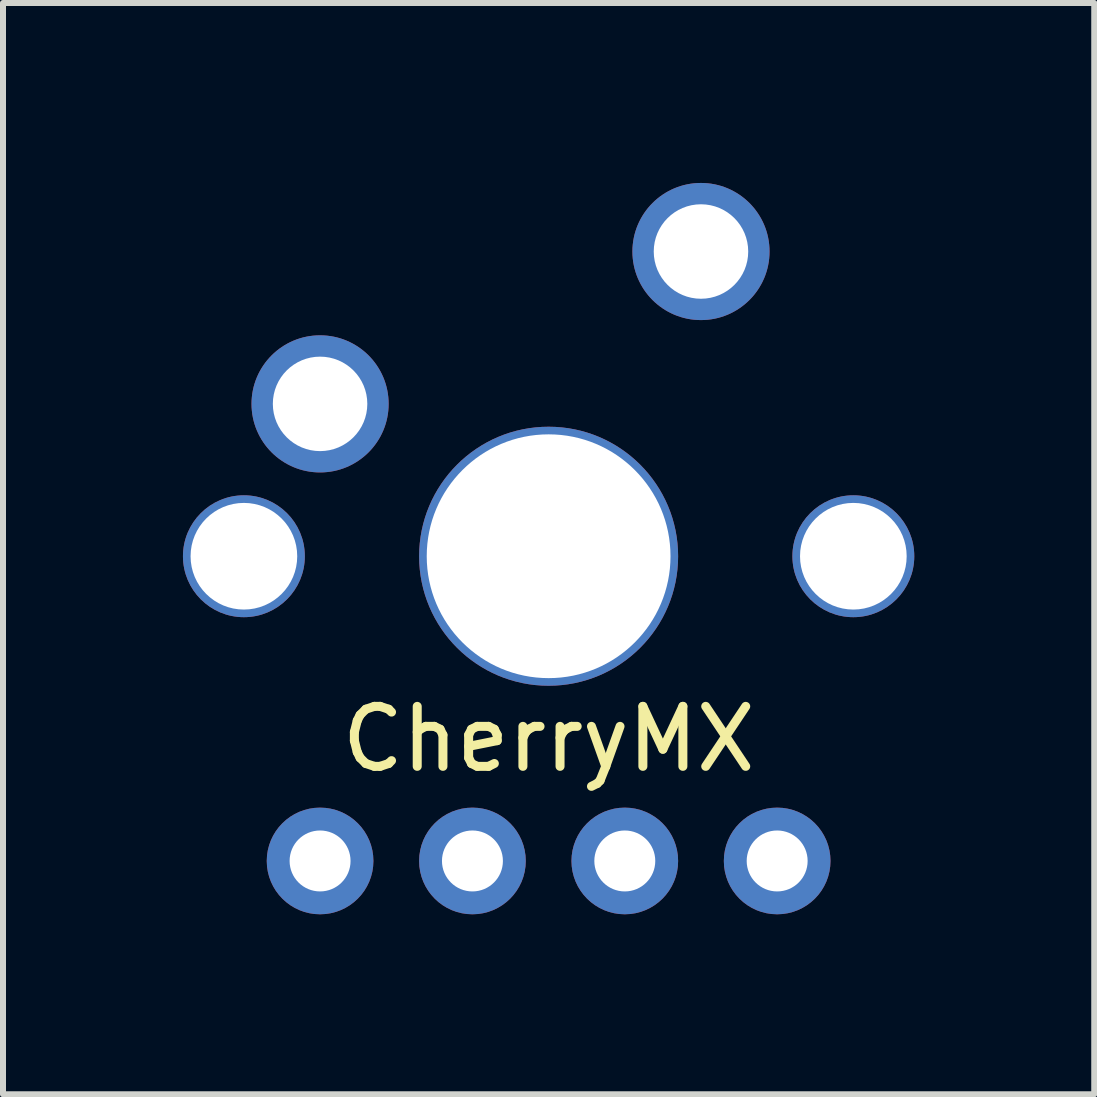
<source format=kicad_pcb>
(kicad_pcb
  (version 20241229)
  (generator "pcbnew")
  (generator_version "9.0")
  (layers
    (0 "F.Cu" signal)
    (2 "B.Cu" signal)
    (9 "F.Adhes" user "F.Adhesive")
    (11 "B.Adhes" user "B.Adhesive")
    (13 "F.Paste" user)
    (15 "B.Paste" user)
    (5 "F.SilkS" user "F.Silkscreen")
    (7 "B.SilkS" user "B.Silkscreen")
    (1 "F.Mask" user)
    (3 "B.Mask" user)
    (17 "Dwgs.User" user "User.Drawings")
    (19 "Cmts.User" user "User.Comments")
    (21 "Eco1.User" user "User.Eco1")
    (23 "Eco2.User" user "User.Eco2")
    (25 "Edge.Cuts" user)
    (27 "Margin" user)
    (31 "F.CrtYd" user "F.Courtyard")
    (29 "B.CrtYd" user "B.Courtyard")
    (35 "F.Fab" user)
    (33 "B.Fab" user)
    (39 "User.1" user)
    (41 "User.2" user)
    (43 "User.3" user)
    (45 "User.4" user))
  (footprint "CherryMX"
    (layer "F.Cu")
    (at 6.096 6.223)
    (property "Reference" "CherryMX" (at 0 3.048 0) (layer "F.SilkS") (effects (font (size 1 1) (thickness 0.15))))
    (attr through_hole)
    (pad "" np_thru_hole circle (at -5.08 0) (size 2.032 2.032) (drill 1.778) (layers "*.Cu" "*.Mask"))
    (pad "" np_thru_hole circle (at 0 0) (size 4.318 4.318) (drill 4.064) (layers "*.Cu" "*.Mask"))
    (pad "" np_thru_hole circle (at 5.08 0) (size 2.032 2.032) (drill 1.778) (layers "*.Cu" "*.Mask"))
    (pad "1" thru_hole circle (at -3.81 -2.54) (size 2.286 2.286) (drill 1.575) (layers "*.Cu" "*.Mask"))
    (pad "2" thru_hole circle (at 2.54 -5.08) (size 2.286 2.286) (drill 1.575) (layers "*.Cu" "*.Mask"))
    (pad "3" thru_hole circle (at -3.81 5.08) (size 1.778 1.778) (drill 1.016) (layers "*.Cu" "*.Mask"))
    (pad "4" thru_hole circle (at -1.27 5.08) (size 1.778 1.778) (drill 1.016) (layers "*.Cu" "*.Mask"))
    (pad "5" thru_hole circle (at 1.27 5.08) (size 1.778 1.778) (drill 1.016) (layers "*.Cu" "*.Mask"))
    (pad "6" thru_hole circle (at 3.81 5.08) (size 1.778 1.778) (drill 1.016) (layers "*.Cu" "*.Mask")))
  (gr_rect
    (start -3 -3)
    (end 15.192 15.192)
    (stroke (width 0.1) (type default))
    (fill no)
    (layer "Edge.Cuts")))
</source>
